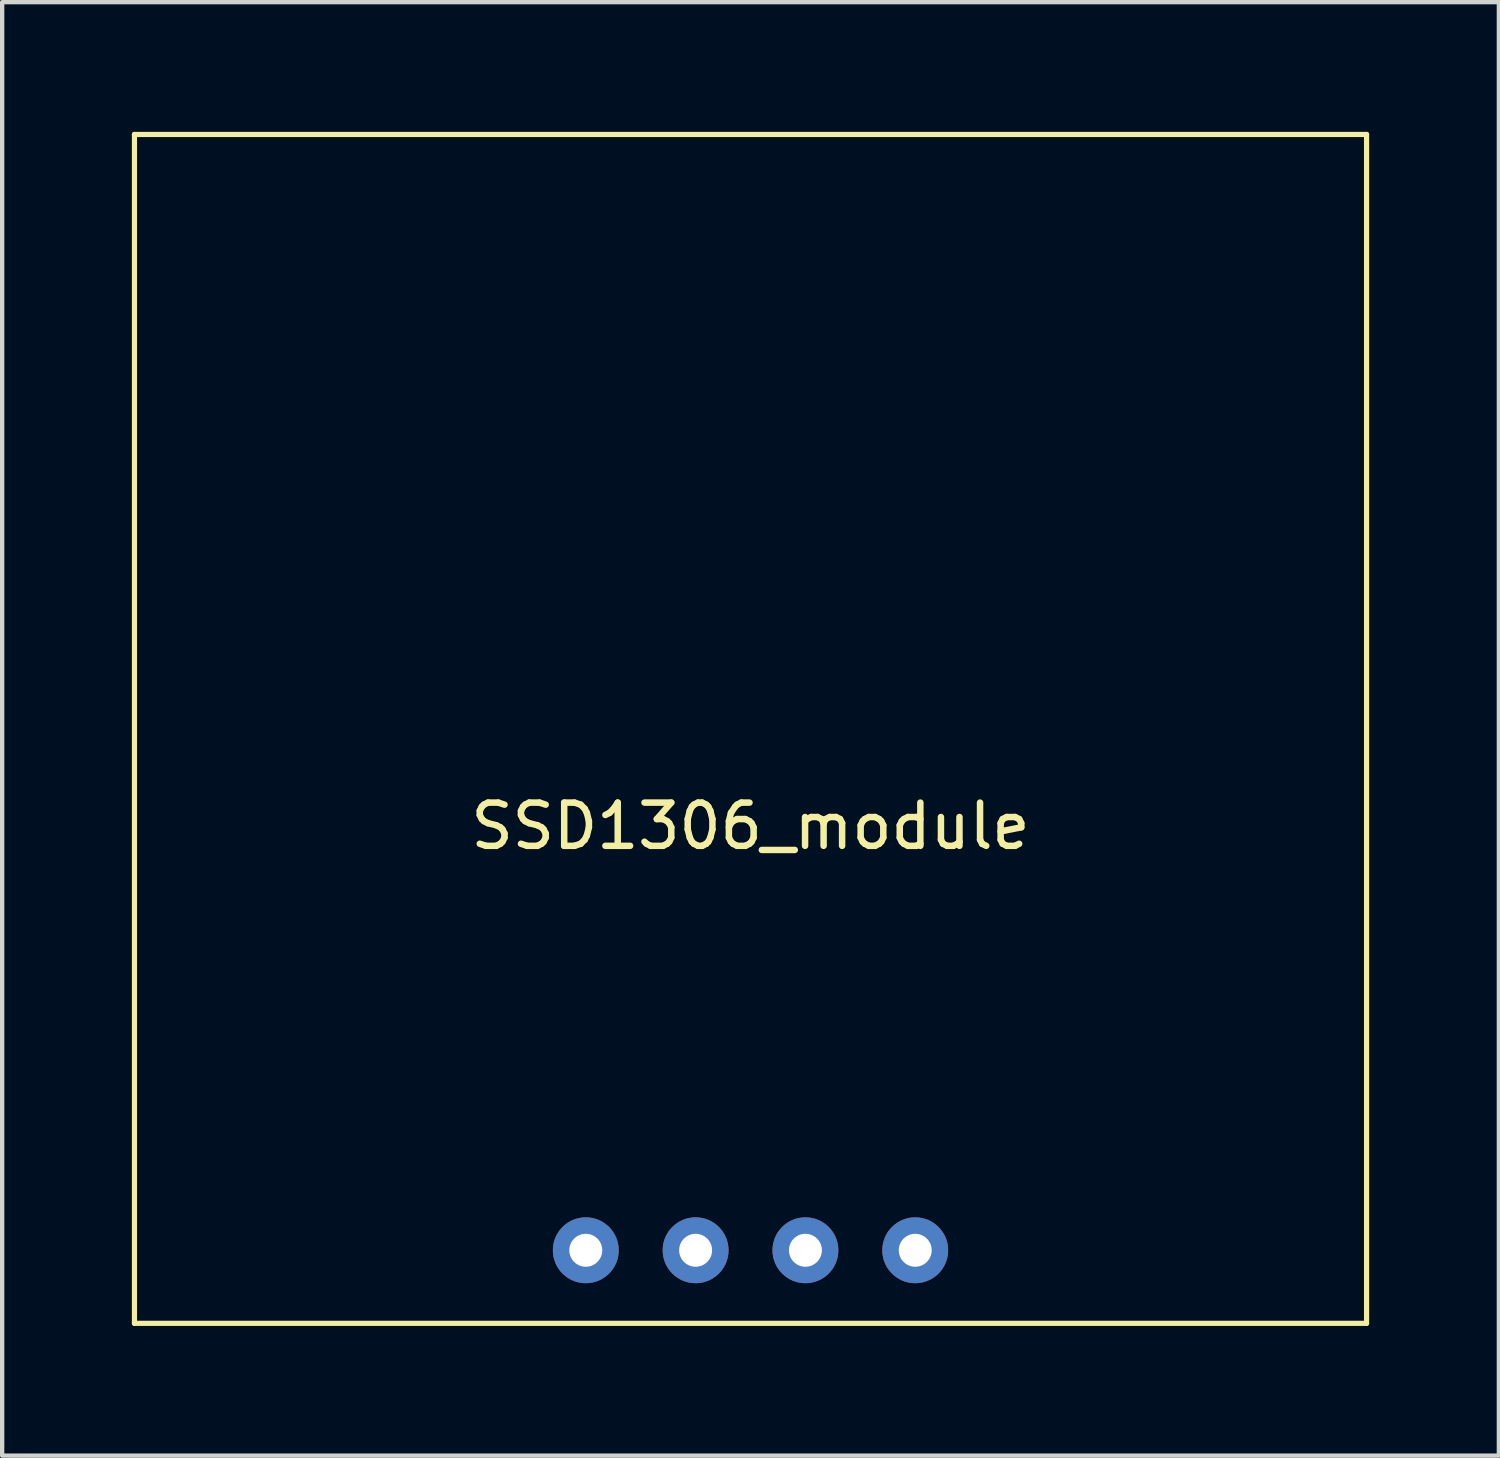
<source format=kicad_pcb>
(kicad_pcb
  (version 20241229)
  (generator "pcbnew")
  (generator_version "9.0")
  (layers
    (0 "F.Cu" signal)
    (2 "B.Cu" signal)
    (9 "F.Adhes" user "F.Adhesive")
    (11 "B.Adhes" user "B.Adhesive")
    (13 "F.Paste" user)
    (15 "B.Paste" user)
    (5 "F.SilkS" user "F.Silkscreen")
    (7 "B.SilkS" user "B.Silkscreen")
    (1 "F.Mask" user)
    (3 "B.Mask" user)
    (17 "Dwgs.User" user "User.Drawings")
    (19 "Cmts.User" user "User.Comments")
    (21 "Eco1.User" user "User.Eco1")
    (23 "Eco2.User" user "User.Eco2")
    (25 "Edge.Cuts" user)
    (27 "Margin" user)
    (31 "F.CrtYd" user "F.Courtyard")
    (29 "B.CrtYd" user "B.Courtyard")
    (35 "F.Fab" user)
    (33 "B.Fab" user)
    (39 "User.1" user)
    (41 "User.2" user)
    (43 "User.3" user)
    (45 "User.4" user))
  (footprint "SSD1306_module"
    (layer "F.Cu")
    (at 14.31 26.06)
    (property "Reference" "SSD1306_module" (at 0 -10 0) (layer "F.SilkS") (effects (font (size 1 1) (thickness 0.15))))
    (attr through_hole)
    (fp_line (start -14.25 -26) (end -14.25 1.5) (stroke (width 0.12) (type solid)) (layer "F.SilkS"))
    (fp_line (start -14.25 1.5) (end 14.25 1.5) (stroke (width 0.12) (type solid)) (layer "F.SilkS"))
    (fp_line (start 14.25 -26) (end -14.25 -26) (stroke (width 0.12) (type solid)) (layer "F.SilkS"))
    (fp_line (start 14.25 1.5) (end 14.25 -26) (stroke (width 0.12) (type solid)) (layer "F.SilkS"))
    (pad "1" thru_hole circle (at 3.81 -0.19) (size 1.524 1.524) (drill 0.762) (layers "*.Cu" "*.Mask"))
    (pad "2" thru_hole circle (at 1.27 -0.19) (size 1.524 1.524) (drill 0.762) (layers "*.Cu" "*.Mask"))
    (pad "3" thru_hole circle (at -1.27 -0.19) (size 1.524 1.524) (drill 0.762) (layers "*.Cu" "*.Mask"))
    (pad "4" thru_hole circle (at -3.81 -0.19) (size 1.524 1.524) (drill 0.762) (layers "*.Cu" "*.Mask")))
  (gr_rect
    (start -3 -3)
    (end 31.62 30.62)
    (stroke (width 0.1) (type default))
    (fill no)
    (layer "Edge.Cuts")))
</source>
